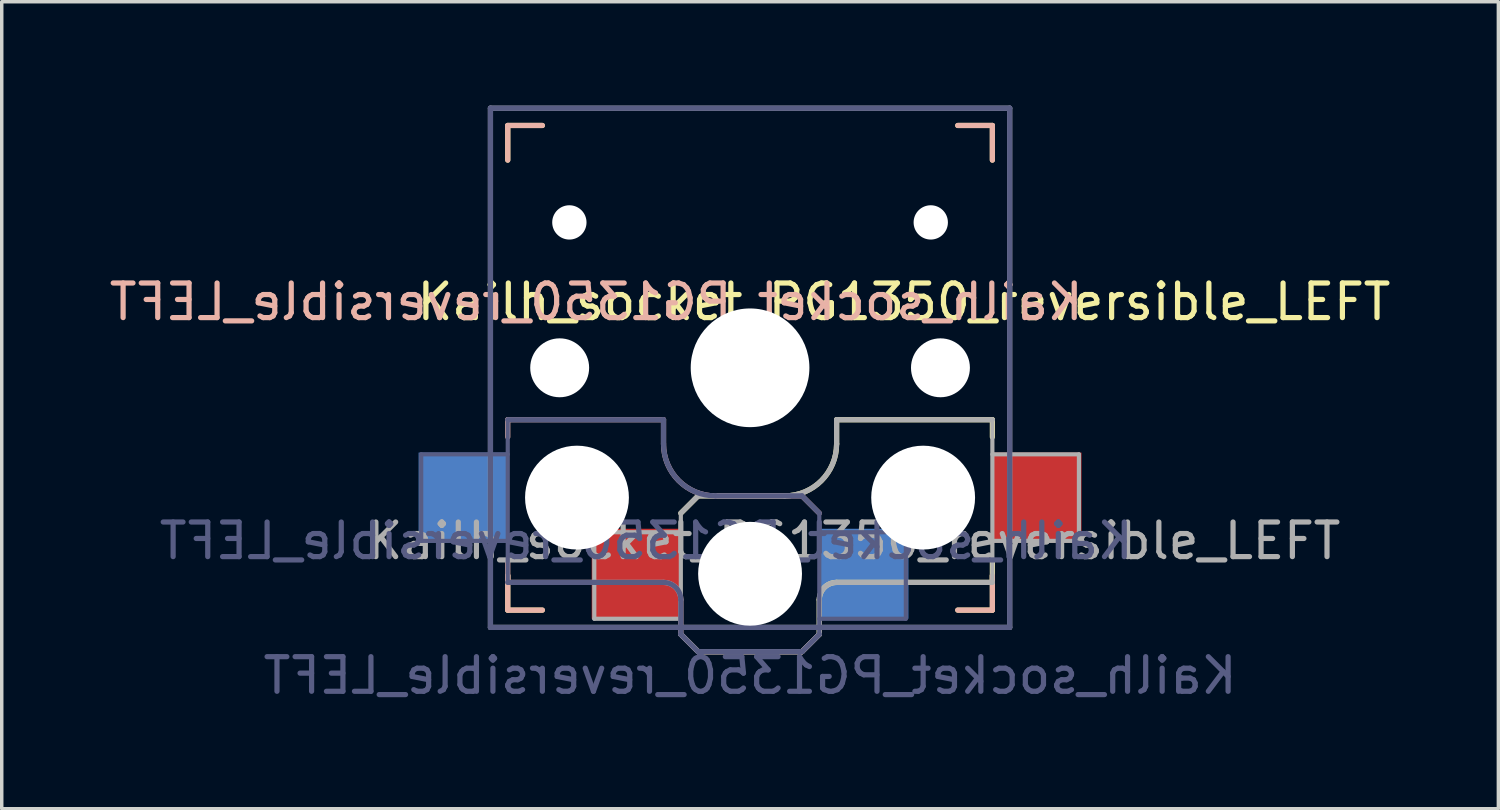
<source format=kicad_pcb>
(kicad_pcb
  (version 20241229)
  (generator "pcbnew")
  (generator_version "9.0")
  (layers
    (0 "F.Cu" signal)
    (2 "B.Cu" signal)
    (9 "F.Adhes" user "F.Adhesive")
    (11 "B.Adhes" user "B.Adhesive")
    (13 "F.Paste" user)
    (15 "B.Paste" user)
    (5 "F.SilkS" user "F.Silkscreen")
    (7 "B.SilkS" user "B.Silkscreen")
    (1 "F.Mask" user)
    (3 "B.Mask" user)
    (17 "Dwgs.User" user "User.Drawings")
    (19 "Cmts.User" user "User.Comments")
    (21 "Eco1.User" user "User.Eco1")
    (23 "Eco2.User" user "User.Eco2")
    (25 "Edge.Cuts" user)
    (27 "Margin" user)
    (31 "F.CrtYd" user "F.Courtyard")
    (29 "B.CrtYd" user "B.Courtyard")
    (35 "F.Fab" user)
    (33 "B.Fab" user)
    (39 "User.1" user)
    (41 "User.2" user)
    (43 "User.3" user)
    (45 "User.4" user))
  (footprint "Kailh_socket_PG1350_reversible_LEFT"
    (layer "F.Cu")
    (at 18.618 7.575)
    (property "Reference" "Kailh_socket_PG1350_reversible_LEFT" (at 4.445 -1.905 0) (layer "F.SilkS") (effects (font (size 1 1) (thickness 0.15))))
    (property "Value" "Kailh_socket_PG1350_reversible_LEFT" (at 0 8.89 0) (layer "F.Fab") (hide yes) (effects (font (size 1 1) (thickness 0.15))))
    (attr smd)
    (fp_line (start -7 -7) (end -6 -7) (stroke (width 0.15) (type solid)) (layer "F.SilkS"))
    (fp_line (start -7 -6) (end -7 -7) (stroke (width 0.15) (type solid)) (layer "F.SilkS"))
    (fp_line (start -7 7) (end -7 6) (stroke (width 0.15) (type solid)) (layer "F.SilkS"))
    (fp_line (start -6 7) (end -7 7) (stroke (width 0.15) (type solid)) (layer "F.SilkS"))
    (fp_line (start -2 4.2) (end -1.5 3.7) (stroke (width 0.15) (type solid)) (layer "F.SilkS"))
    (fp_line (start -2 7.7) (end -1.5 8.2) (stroke (width 0.15) (type solid)) (layer "F.SilkS"))
    (fp_line (start -1.5 3.7) (end 1 3.7) (stroke (width 0.15) (type solid)) (layer "F.SilkS"))
    (fp_line (start -1.5 8.2) (end 1.5 8.2) (stroke (width 0.15) (type solid)) (layer "F.SilkS"))
    (fp_line (start 1.5 8.2) (end 2 7.7) (stroke (width 0.15) (type solid)) (layer "F.SilkS"))
    (fp_line (start 2 6.7) (end 2 7.7) (stroke (width 0.15) (type solid)) (layer "F.SilkS"))
    (fp_line (start 2.5 1.5) (end 7 1.5) (stroke (width 0.15) (type solid)) (layer "F.SilkS"))
    (fp_line (start 2.5 2.2) (end 2.5 1.5) (stroke (width 0.15) (type solid)) (layer "F.SilkS"))
    (fp_line (start 6 -7) (end 7 -7) (stroke (width 0.15) (type solid)) (layer "F.SilkS"))
    (fp_line (start 7 -7) (end 7 -6) (stroke (width 0.15) (type solid)) (layer "F.SilkS"))
    (fp_line (start 7 1.5) (end 7 2) (stroke (width 0.15) (type solid)) (layer "F.SilkS"))
    (fp_line (start 7 5.6) (end 7 6.2) (stroke (width 0.15) (type solid)) (layer "F.SilkS"))
    (fp_line (start 7 6) (end 7 7) (stroke (width 0.15) (type solid)) (layer "F.SilkS"))
    (fp_line (start 7 6.2) (end 2.5 6.2) (stroke (width 0.15) (type solid)) (layer "F.SilkS"))
    (fp_line (start 7 7) (end 6 7) (stroke (width 0.15) (type solid)) (layer "F.SilkS"))
    (fp_arc (start 2 6.7) (mid 2.146447 6.346447) (end 2.5 6.2) (stroke (width 0.15) (type solid)) (layer "F.SilkS"))
    (fp_arc (start 2.5 2.2) (mid 2.06066 3.26066) (end 1 3.7) (stroke (width 0.15) (type solid)) (layer "F.SilkS"))
    (fp_line (start -7 -7) (end -6 -7) (stroke (width 0.15) (type solid)) (layer "B.SilkS"))
    (fp_line (start -7 -6) (end -7 -7) (stroke (width 0.15) (type solid)) (layer "B.SilkS"))
    (fp_line (start -7 1.5) (end -7 2) (stroke (width 0.15) (type solid)) (layer "B.SilkS"))
    (fp_line (start -7 5.6) (end -7 6.2) (stroke (width 0.15) (type solid)) (layer "B.SilkS"))
    (fp_line (start -7 6.2) (end -2.5 6.2) (stroke (width 0.15) (type solid)) (layer "B.SilkS"))
    (fp_line (start -7 7) (end -7 6) (stroke (width 0.15) (type solid)) (layer "B.SilkS"))
    (fp_line (start -6 7) (end -7 7) (stroke (width 0.15) (type solid)) (layer "B.SilkS"))
    (fp_line (start -2.5 1.5) (end -7 1.5) (stroke (width 0.15) (type solid)) (layer "B.SilkS"))
    (fp_line (start -2.5 2.2) (end -2.5 1.5) (stroke (width 0.15) (type solid)) (layer "B.SilkS"))
    (fp_line (start -2 6.7) (end -2 7.7) (stroke (width 0.15) (type solid)) (layer "B.SilkS"))
    (fp_line (start -1.5 8.2) (end -2 7.7) (stroke (width 0.15) (type solid)) (layer "B.SilkS"))
    (fp_line (start 1.5 3.7) (end -1 3.7) (stroke (width 0.15) (type solid)) (layer "B.SilkS"))
    (fp_line (start 1.5 8.2) (end -1.5 8.2) (stroke (width 0.15) (type solid)) (layer "B.SilkS"))
    (fp_line (start 2 4.2) (end 1.5 3.7) (stroke (width 0.15) (type solid)) (layer "B.SilkS"))
    (fp_line (start 2 7.7) (end 1.5 8.2) (stroke (width 0.15) (type solid)) (layer "B.SilkS"))
    (fp_line (start 6 -7) (end 7 -7) (stroke (width 0.15) (type solid)) (layer "B.SilkS"))
    (fp_line (start 7 -7) (end 7 -6) (stroke (width 0.15) (type solid)) (layer "B.SilkS"))
    (fp_line (start 7 6) (end 7 7) (stroke (width 0.15) (type solid)) (layer "B.SilkS"))
    (fp_line (start 7 7) (end 6 7) (stroke (width 0.15) (type solid)) (layer "B.SilkS"))
    (fp_arc (start -2.5 6.2) (mid -2.146447 6.346447) (end -2 6.7) (stroke (width 0.15) (type solid)) (layer "B.SilkS"))
    (fp_arc (start -1 3.7) (mid -2.06066 3.26066) (end -2.5 2.2) (stroke (width 0.15) (type solid)) (layer "B.SilkS"))
    (fp_line (start -6.9 6.9) (end -6.9 -6.9) (stroke (width 0.15) (type solid)) (layer "Eco2.User"))
    (fp_line (start -6.9 6.9) (end 6.9 6.9) (stroke (width 0.15) (type solid)) (layer "Eco2.User"))
    (fp_line (start -2.6 -3.1) (end -2.6 -6.3) (stroke (width 0.15) (type solid)) (layer "Eco2.User"))
    (fp_line (start -2.6 -3.1) (end 2.6 -3.1) (stroke (width 0.15) (type solid)) (layer "Eco2.User"))
    (fp_line (start 2.6 -6.3) (end -2.6 -6.3) (stroke (width 0.15) (type solid)) (layer "Eco2.User"))
    (fp_line (start 2.6 -3.1) (end 2.6 -6.3) (stroke (width 0.15) (type solid)) (layer "Eco2.User"))
    (fp_line (start 6.9 -6.9) (end -6.9 -6.9) (stroke (width 0.15) (type solid)) (layer "Eco2.User"))
    (fp_line (start 6.9 -6.9) (end 6.9 6.9) (stroke (width 0.15) (type solid)) (layer "Eco2.User"))
    (fp_line (start -9.5 2.5) (end -7 2.5) (stroke (width 0.12) (type solid)) (layer "B.Fab"))
    (fp_line (start -9.5 5) (end -9.5 2.5) (stroke (width 0.12) (type solid)) (layer "B.Fab"))
    (fp_line (start -7.5 -7.5) (end 7.5 -7.5) (stroke (width 0.15) (type solid)) (layer "B.Fab"))
    (fp_line (start -7.5 7.5) (end -7.5 -7.5) (stroke (width 0.15) (type solid)) (layer "B.Fab"))
    (fp_line (start -7 1.5) (end -7 6.2) (stroke (width 0.12) (type solid)) (layer "B.Fab"))
    (fp_line (start -7 5) (end -9.5 5) (stroke (width 0.12) (type solid)) (layer "B.Fab"))
    (fp_line (start -7 6.2) (end -2.5 6.2) (stroke (width 0.15) (type solid)) (layer "B.Fab"))
    (fp_line (start -2.5 1.5) (end -7 1.5) (stroke (width 0.15) (type solid)) (layer "B.Fab"))
    (fp_line (start -2.5 2.2) (end -2.5 1.5) (stroke (width 0.15) (type solid)) (layer "B.Fab"))
    (fp_line (start -2 6.7) (end -2 7.7) (stroke (width 0.15) (type solid)) (layer "B.Fab"))
    (fp_line (start -1.5 8.2) (end -2 7.7) (stroke (width 0.15) (type solid)) (layer "B.Fab"))
    (fp_line (start 1.5 3.7) (end -1 3.7) (stroke (width 0.15) (type solid)) (layer "B.Fab"))
    (fp_line (start 1.5 8.2) (end -1.5 8.2) (stroke (width 0.15) (type solid)) (layer "B.Fab"))
    (fp_line (start 2 4.2) (end 1.5 3.7) (stroke (width 0.15) (type solid)) (layer "B.Fab"))
    (fp_line (start 2 4.25) (end 2 7.7) (stroke (width 0.12) (type solid)) (layer "B.Fab"))
    (fp_line (start 2 4.75) (end 4.5 4.75) (stroke (width 0.12) (type solid)) (layer "B.Fab"))
    (fp_line (start 2 7.7) (end 1.5 8.2) (stroke (width 0.15) (type solid)) (layer "B.Fab"))
    (fp_line (start 4.5 4.75) (end 4.5 7.25) (stroke (width 0.12) (type solid)) (layer "B.Fab"))
    (fp_line (start 4.5 7.25) (end 2 7.25) (stroke (width 0.12) (type solid)) (layer "B.Fab"))
    (fp_line (start 7.5 -7.5) (end 7.5 7.5) (stroke (width 0.15) (type solid)) (layer "B.Fab"))
    (fp_line (start 7.5 7.5) (end -7.5 7.5) (stroke (width 0.15) (type solid)) (layer "B.Fab"))
    (fp_arc (start -2.5 6.2) (mid -2.146447 6.346447) (end -2 6.7) (stroke (width 0.15) (type solid)) (layer "B.Fab"))
    (fp_arc (start -1 3.7) (mid -2.06066 3.26066) (end -2.5 2.2) (stroke (width 0.15) (type solid)) (layer "B.Fab"))
    (fp_line (start -7.5 -7.5) (end 7.5 -7.5) (stroke (width 0.15) (type solid)) (layer "F.Fab"))
    (fp_line (start -7.5 7.5) (end -7.5 -7.5) (stroke (width 0.15) (type solid)) (layer "F.Fab"))
    (fp_line (start -4.5 4.75) (end -4.5 7.25) (stroke (width 0.12) (type solid)) (layer "F.Fab"))
    (fp_line (start -4.5 7.25) (end -2 7.25) (stroke (width 0.12) (type solid)) (layer "F.Fab"))
    (fp_line (start -2 4.2) (end -1.5 3.7) (stroke (width 0.15) (type solid)) (layer "F.Fab"))
    (fp_line (start -2 4.25) (end -2 7.7) (stroke (width 0.12) (type solid)) (layer "F.Fab"))
    (fp_line (start -2 4.75) (end -4.5 4.75) (stroke (width 0.12) (type solid)) (layer "F.Fab"))
    (fp_line (start -2 7.7) (end -1.5 8.2) (stroke (width 0.15) (type solid)) (layer "F.Fab"))
    (fp_line (start -1.5 3.7) (end 1 3.7) (stroke (width 0.15) (type solid)) (layer "F.Fab"))
    (fp_line (start -1.5 8.2) (end 1.5 8.2) (stroke (width 0.15) (type solid)) (layer "F.Fab"))
    (fp_line (start 1.5 8.2) (end 2 7.7) (stroke (width 0.15) (type solid)) (layer "F.Fab"))
    (fp_line (start 2 6.7) (end 2 7.7) (stroke (width 0.15) (type solid)) (layer "F.Fab"))
    (fp_line (start 2.5 1.5) (end 7 1.5) (stroke (width 0.15) (type solid)) (layer "F.Fab"))
    (fp_line (start 2.5 2.2) (end 2.5 1.5) (stroke (width 0.15) (type solid)) (layer "F.Fab"))
    (fp_line (start 7 1.5) (end 7 6.2) (stroke (width 0.12) (type solid)) (layer "F.Fab"))
    (fp_line (start 7 5) (end 9.5 5) (stroke (width 0.12) (type solid)) (layer "F.Fab"))
    (fp_line (start 7 6.2) (end 2.5 6.2) (stroke (width 0.15) (type solid)) (layer "F.Fab"))
    (fp_line (start 7.5 -7.5) (end 7.5 7.5) (stroke (width 0.15) (type solid)) (layer "F.Fab"))
    (fp_line (start 7.5 7.5) (end -7.5 7.5) (stroke (width 0.15) (type solid)) (layer "F.Fab"))
    (fp_line (start 9.5 2.5) (end 7 2.5) (stroke (width 0.12) (type solid)) (layer "F.Fab"))
    (fp_line (start 9.5 5) (end 9.5 2.5) (stroke (width 0.12) (type solid)) (layer "F.Fab"))
    (fp_arc (start 2 6.7) (mid 2.146447 6.346447) (end 2.5 6.2) (stroke (width 0.15) (type solid)) (layer "F.Fab"))
    (fp_arc (start 2.5 2.2) (mid 2.06066 3.26066) (end 1 3.7) (stroke (width 0.15) (type solid)) (layer "F.Fab"))
    (fp_text user "${REFERENCE}" (at -4.445 -1.905 0) (layer "B.SilkS") (effects (font (size 1 1) (thickness 0.15)) (justify mirror)))
    (fp_text user "${REFERENCE}" (at -3 5 0) (layer "B.Fab") (effects (font (size 1 1) (thickness 0.15)) (justify mirror)))
    (fp_text user "${VALUE}" (at 0 8.89 0) (layer "B.Fab") (effects (font (size 1 1) (thickness 0.15)) (justify mirror)))
    (fp_text user "${REFERENCE}" (at 3 5 180) (layer "F.Fab") (effects (font (size 1 1) (thickness 0.15))))
    (pad "" np_thru_hole circle (at -5.5 0) (size 1.702 1.702) (drill 1.702) (layers "*.Cu" "*.Mask"))
    (pad "" np_thru_hole circle (at -5.22 -4.2) (size 0.991 0.991) (drill 0.991) (layers "*.Cu" "*.Mask"))
    (pad "" np_thru_hole circle (at -5 3.75) (size 3 3) (drill 3) (layers "*.Cu" "*.Mask"))
    (pad "" np_thru_hole circle (at 0 0) (size 3.429 3.429) (drill 3.429) (layers "*.Cu" "*.Mask"))
    (pad "" np_thru_hole circle (at 0 5.95) (size 3 3) (drill 3) (layers "*.Cu" "*.Mask"))
    (pad "" np_thru_hole circle (at 5 3.75) (size 3 3) (drill 3) (layers "*.Cu" "*.Mask"))
    (pad "" np_thru_hole circle (at 5.22 -4.2) (size 0.991 0.991) (drill 0.991) (layers "*.Cu" "*.Mask"))
    (pad "" np_thru_hole circle (at 5.5 0) (size 1.702 1.702) (drill 1.702) (layers "*.Cu" "*.Mask"))
    (pad "1" smd rect (at -3.275 5.95) (size 2.6 2.6) (layers "F.Cu" "F.Mask" "F.Paste"))
    (pad "1" smd rect (at 3.275 5.95) (size 2.6 2.6) (layers "B.Cu" "B.Mask" "B.Paste"))
    (pad "2" smd rect (at -8.275 3.75) (size 2.6 2.6) (layers "B.Cu" "B.Mask" "B.Paste"))
    (pad "2" smd rect (at 8.275 3.75) (size 2.6 2.6) (layers "F.Cu" "F.Mask" "F.Paste")))
  (gr_rect
    (start -3 -3)
    (end 40.235 20.313)
    (stroke (width 0.1) (type default))
    (fill no)
    (layer "Edge.Cuts")))
</source>
